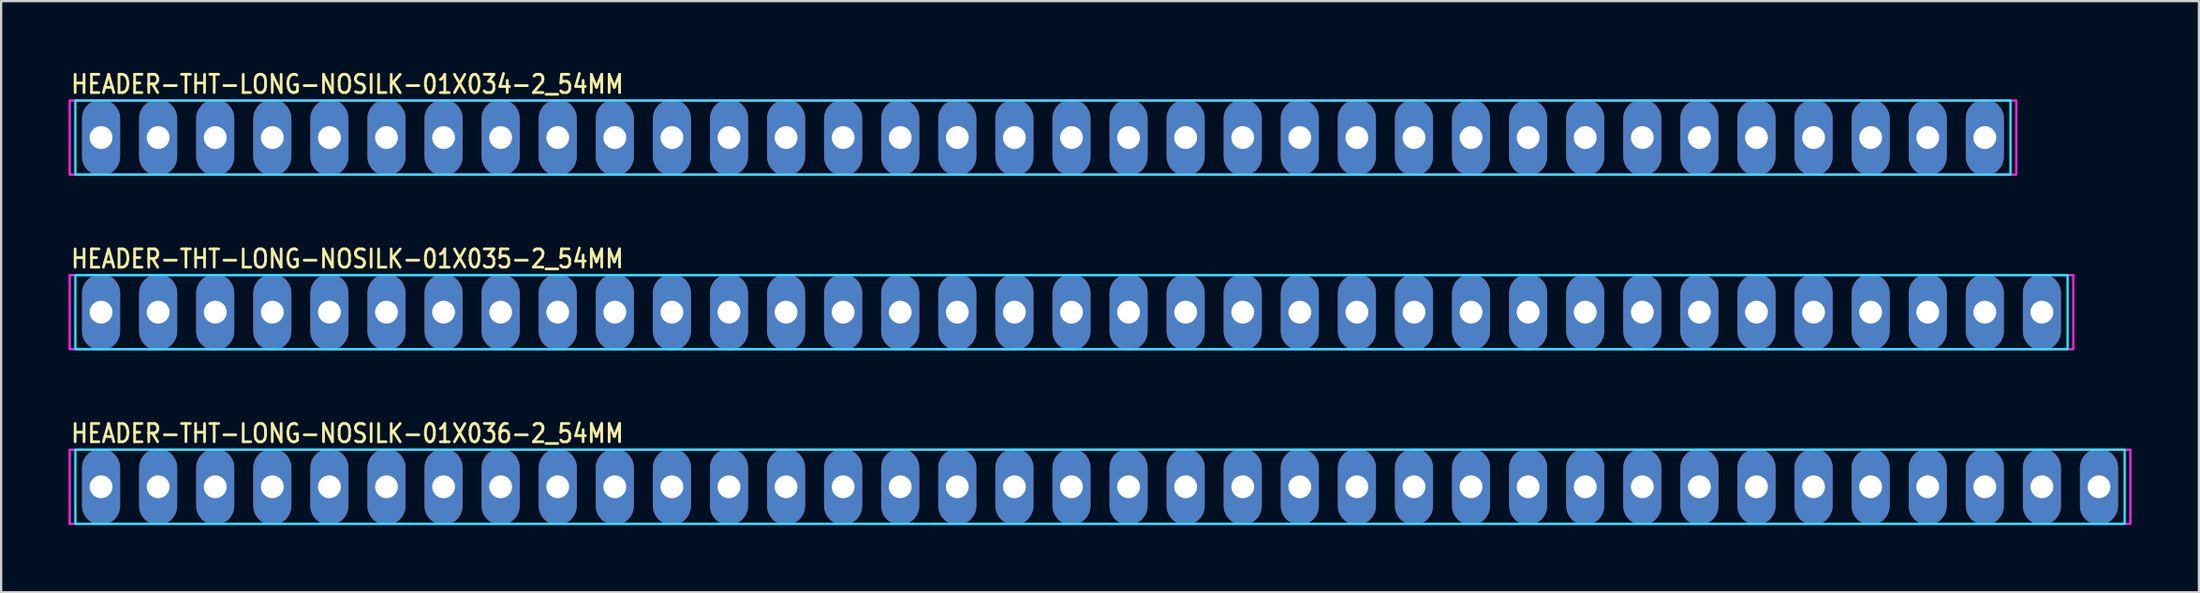
<source format=kicad_pcb>
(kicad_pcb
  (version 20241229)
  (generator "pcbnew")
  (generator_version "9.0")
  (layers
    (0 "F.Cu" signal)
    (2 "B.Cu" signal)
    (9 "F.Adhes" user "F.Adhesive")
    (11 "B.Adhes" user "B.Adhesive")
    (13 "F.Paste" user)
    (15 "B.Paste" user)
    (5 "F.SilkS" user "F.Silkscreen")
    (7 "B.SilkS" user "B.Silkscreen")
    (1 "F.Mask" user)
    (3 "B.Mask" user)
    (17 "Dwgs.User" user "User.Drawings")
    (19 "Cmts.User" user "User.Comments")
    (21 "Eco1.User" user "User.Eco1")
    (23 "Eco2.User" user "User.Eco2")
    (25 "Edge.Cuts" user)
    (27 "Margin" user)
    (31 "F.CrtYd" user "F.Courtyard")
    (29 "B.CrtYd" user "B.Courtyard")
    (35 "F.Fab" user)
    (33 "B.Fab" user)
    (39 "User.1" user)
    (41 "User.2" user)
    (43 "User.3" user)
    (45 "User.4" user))
  (footprint "HEADER-THT-LONG-NOSILK-01X034-2_54MM"
    (layer "F.Cu")
    (at 1.447 3.079)
    (property "Reference" "HEADER-THT-LONG-NOSILK-01X034-2_54MM" (at -1.4 -1.9 0) (unlocked yes) (layer "F.SilkS") (effects (font (size 0.813 0.695) (thickness 0.122)) (justify left bottom)))
    (fp_poly (pts (xy -1.143 -1.651) (xy 84.963 -1.651) (xy 84.963 1.651) (xy -1.143 1.651)) (stroke (width 0.1) (type solid)) (fill no) (layer "B.CrtYd"))
    (fp_poly (pts (xy -1.397 -1.651) (xy 85.217 -1.651) (xy 85.217 1.651) (xy -1.397 1.651)) (stroke (width 0.1) (type solid)) (fill no) (layer "F.CrtYd"))
    (pad "P$1" thru_hole oval (at 0 0 90) (size 3.387 1.693) (drill 1.016) (layers "*.Cu" "*.Mask"))
    (pad "P$2" thru_hole oval (at 2.54 0 90) (size 3.387 1.693) (drill 1.016) (layers "*.Cu" "*.Mask"))
    (pad "P$3" thru_hole oval (at 5.08 0 90) (size 3.387 1.693) (drill 1.016) (layers "*.Cu" "*.Mask"))
    (pad "P$4" thru_hole oval (at 7.62 0 90) (size 3.387 1.693) (drill 1.016) (layers "*.Cu" "*.Mask"))
    (pad "P$5" thru_hole oval (at 10.16 0 90) (size 3.387 1.693) (drill 1.016) (layers "*.Cu" "*.Mask"))
    (pad "P$6" thru_hole oval (at 12.7 0 90) (size 3.387 1.693) (drill 1.016) (layers "*.Cu" "*.Mask"))
    (pad "P$7" thru_hole oval (at 15.24 0 90) (size 3.387 1.693) (drill 1.016) (layers "*.Cu" "*.Mask"))
    (pad "P$8" thru_hole oval (at 17.78 0 90) (size 3.387 1.693) (drill 1.016) (layers "*.Cu" "*.Mask"))
    (pad "P$9" thru_hole oval (at 20.32 0 90) (size 3.387 1.693) (drill 1.016) (layers "*.Cu" "*.Mask"))
    (pad "P$10" thru_hole oval (at 22.86 0 90) (size 3.387 1.693) (drill 1.016) (layers "*.Cu" "*.Mask"))
    (pad "P$11" thru_hole oval (at 25.4 0 90) (size 3.387 1.693) (drill 1.016) (layers "*.Cu" "*.Mask"))
    (pad "P$12" thru_hole oval (at 27.94 0 90) (size 3.387 1.693) (drill 1.016) (layers "*.Cu" "*.Mask"))
    (pad "P$13" thru_hole oval (at 30.48 0 90) (size 3.387 1.693) (drill 1.016) (layers "*.Cu" "*.Mask"))
    (pad "P$14" thru_hole oval (at 33.02 0 90) (size 3.387 1.693) (drill 1.016) (layers "*.Cu" "*.Mask"))
    (pad "P$15" thru_hole oval (at 35.56 0 90) (size 3.387 1.693) (drill 1.016) (layers "*.Cu" "*.Mask"))
    (pad "P$16" thru_hole oval (at 38.1 0 90) (size 3.387 1.693) (drill 1.016) (layers "*.Cu" "*.Mask"))
    (pad "P$17" thru_hole oval (at 40.64 0 90) (size 3.387 1.693) (drill 1.016) (layers "*.Cu" "*.Mask"))
    (pad "P$18" thru_hole oval (at 43.18 0 90) (size 3.387 1.693) (drill 1.016) (layers "*.Cu" "*.Mask"))
    (pad "P$19" thru_hole oval (at 45.72 0 90) (size 3.387 1.693) (drill 1.016) (layers "*.Cu" "*.Mask"))
    (pad "P$20" thru_hole oval (at 48.26 0 90) (size 3.387 1.693) (drill 1.016) (layers "*.Cu" "*.Mask"))
    (pad "P$21" thru_hole oval (at 50.8 0 90) (size 3.387 1.693) (drill 1.016) (layers "*.Cu" "*.Mask"))
    (pad "P$22" thru_hole oval (at 53.34 0 90) (size 3.387 1.693) (drill 1.016) (layers "*.Cu" "*.Mask"))
    (pad "P$23" thru_hole oval (at 55.88 0 90) (size 3.387 1.693) (drill 1.016) (layers "*.Cu" "*.Mask"))
    (pad "P$24" thru_hole oval (at 58.42 0 90) (size 3.387 1.693) (drill 1.016) (layers "*.Cu" "*.Mask"))
    (pad "P$25" thru_hole oval (at 60.96 0 90) (size 3.387 1.693) (drill 1.016) (layers "*.Cu" "*.Mask"))
    (pad "P$26" thru_hole oval (at 63.5 0 90) (size 3.387 1.693) (drill 1.016) (layers "*.Cu" "*.Mask"))
    (pad "P$27" thru_hole oval (at 66.04 0 90) (size 3.387 1.693) (drill 1.016) (layers "*.Cu" "*.Mask"))
    (pad "P$28" thru_hole oval (at 68.58 0 90) (size 3.387 1.693) (drill 1.016) (layers "*.Cu" "*.Mask"))
    (pad "P$29" thru_hole oval (at 71.12 0 90) (size 3.387 1.693) (drill 1.016) (layers "*.Cu" "*.Mask"))
    (pad "P$30" thru_hole oval (at 73.66 0 90) (size 3.387 1.693) (drill 1.016) (layers "*.Cu" "*.Mask"))
    (pad "P$31" thru_hole oval (at 76.2 0 90) (size 3.387 1.693) (drill 1.016) (layers "*.Cu" "*.Mask"))
    (pad "P$32" thru_hole oval (at 78.74 0 90) (size 3.387 1.693) (drill 1.016) (layers "*.Cu" "*.Mask"))
    (pad "P$33" thru_hole oval (at 81.28 0 90) (size 3.387 1.693) (drill 1.016) (layers "*.Cu" "*.Mask"))
    (pad "P$34" thru_hole oval (at 83.82 0 90) (size 3.387 1.693) (drill 1.016) (layers "*.Cu" "*.Mask")))
  (footprint "HEADER-THT-LONG-NOSILK-01X035-2_54MM"
    (layer "F.Cu")
    (at 1.447 10.858)
    (property "Reference" "HEADER-THT-LONG-NOSILK-01X035-2_54MM" (at -1.4 -1.9 0) (unlocked yes) (layer "F.SilkS") (effects (font (size 0.813 0.695) (thickness 0.122)) (justify left bottom)))
    (fp_poly (pts (xy -1.143 -1.651) (xy 87.503 -1.651) (xy 87.503 1.651) (xy -1.143 1.651)) (stroke (width 0.1) (type solid)) (fill no) (layer "B.CrtYd"))
    (fp_poly (pts (xy -1.397 -1.651) (xy 87.757 -1.651) (xy 87.757 1.651) (xy -1.397 1.651)) (stroke (width 0.1) (type solid)) (fill no) (layer "F.CrtYd"))
    (pad "P$1" thru_hole oval (at 0 0 90) (size 3.387 1.693) (drill 1.016) (layers "*.Cu" "*.Mask"))
    (pad "P$2" thru_hole oval (at 2.54 0 90) (size 3.387 1.693) (drill 1.016) (layers "*.Cu" "*.Mask"))
    (pad "P$3" thru_hole oval (at 5.08 0 90) (size 3.387 1.693) (drill 1.016) (layers "*.Cu" "*.Mask"))
    (pad "P$4" thru_hole oval (at 7.62 0 90) (size 3.387 1.693) (drill 1.016) (layers "*.Cu" "*.Mask"))
    (pad "P$5" thru_hole oval (at 10.16 0 90) (size 3.387 1.693) (drill 1.016) (layers "*.Cu" "*.Mask"))
    (pad "P$6" thru_hole oval (at 12.7 0 90) (size 3.387 1.693) (drill 1.016) (layers "*.Cu" "*.Mask"))
    (pad "P$7" thru_hole oval (at 15.24 0 90) (size 3.387 1.693) (drill 1.016) (layers "*.Cu" "*.Mask"))
    (pad "P$8" thru_hole oval (at 17.78 0 90) (size 3.387 1.693) (drill 1.016) (layers "*.Cu" "*.Mask"))
    (pad "P$9" thru_hole oval (at 20.32 0 90) (size 3.387 1.693) (drill 1.016) (layers "*.Cu" "*.Mask"))
    (pad "P$10" thru_hole oval (at 22.86 0 90) (size 3.387 1.693) (drill 1.016) (layers "*.Cu" "*.Mask"))
    (pad "P$11" thru_hole oval (at 25.4 0 90) (size 3.387 1.693) (drill 1.016) (layers "*.Cu" "*.Mask"))
    (pad "P$12" thru_hole oval (at 27.94 0 90) (size 3.387 1.693) (drill 1.016) (layers "*.Cu" "*.Mask"))
    (pad "P$13" thru_hole oval (at 30.48 0 90) (size 3.387 1.693) (drill 1.016) (layers "*.Cu" "*.Mask"))
    (pad "P$14" thru_hole oval (at 33.02 0 90) (size 3.387 1.693) (drill 1.016) (layers "*.Cu" "*.Mask"))
    (pad "P$15" thru_hole oval (at 35.56 0 90) (size 3.387 1.693) (drill 1.016) (layers "*.Cu" "*.Mask"))
    (pad "P$16" thru_hole oval (at 38.1 0 90) (size 3.387 1.693) (drill 1.016) (layers "*.Cu" "*.Mask"))
    (pad "P$17" thru_hole oval (at 40.64 0 90) (size 3.387 1.693) (drill 1.016) (layers "*.Cu" "*.Mask"))
    (pad "P$18" thru_hole oval (at 43.18 0 90) (size 3.387 1.693) (drill 1.016) (layers "*.Cu" "*.Mask"))
    (pad "P$19" thru_hole oval (at 45.72 0 90) (size 3.387 1.693) (drill 1.016) (layers "*.Cu" "*.Mask"))
    (pad "P$20" thru_hole oval (at 48.26 0 90) (size 3.387 1.693) (drill 1.016) (layers "*.Cu" "*.Mask"))
    (pad "P$21" thru_hole oval (at 50.8 0 90) (size 3.387 1.693) (drill 1.016) (layers "*.Cu" "*.Mask"))
    (pad "P$22" thru_hole oval (at 53.34 0 90) (size 3.387 1.693) (drill 1.016) (layers "*.Cu" "*.Mask"))
    (pad "P$23" thru_hole oval (at 55.88 0 90) (size 3.387 1.693) (drill 1.016) (layers "*.Cu" "*.Mask"))
    (pad "P$24" thru_hole oval (at 58.42 0 90) (size 3.387 1.693) (drill 1.016) (layers "*.Cu" "*.Mask"))
    (pad "P$25" thru_hole oval (at 60.96 0 90) (size 3.387 1.693) (drill 1.016) (layers "*.Cu" "*.Mask"))
    (pad "P$26" thru_hole oval (at 63.5 0 90) (size 3.387 1.693) (drill 1.016) (layers "*.Cu" "*.Mask"))
    (pad "P$27" thru_hole oval (at 66.04 0 90) (size 3.387 1.693) (drill 1.016) (layers "*.Cu" "*.Mask"))
    (pad "P$28" thru_hole oval (at 68.58 0 90) (size 3.387 1.693) (drill 1.016) (layers "*.Cu" "*.Mask"))
    (pad "P$29" thru_hole oval (at 71.12 0 90) (size 3.387 1.693) (drill 1.016) (layers "*.Cu" "*.Mask"))
    (pad "P$30" thru_hole oval (at 73.66 0 90) (size 3.387 1.693) (drill 1.016) (layers "*.Cu" "*.Mask"))
    (pad "P$31" thru_hole oval (at 76.2 0 90) (size 3.387 1.693) (drill 1.016) (layers "*.Cu" "*.Mask"))
    (pad "P$32" thru_hole oval (at 78.74 0 90) (size 3.387 1.693) (drill 1.016) (layers "*.Cu" "*.Mask"))
    (pad "P$33" thru_hole oval (at 81.28 0 90) (size 3.387 1.693) (drill 1.016) (layers "*.Cu" "*.Mask"))
    (pad "P$34" thru_hole oval (at 83.82 0 90) (size 3.387 1.693) (drill 1.016) (layers "*.Cu" "*.Mask"))
    (pad "P$35" thru_hole oval (at 86.36 0 90) (size 3.387 1.693) (drill 1.016) (layers "*.Cu" "*.Mask")))
  (footprint "HEADER-THT-LONG-NOSILK-01X036-2_54MM"
    (layer "F.Cu")
    (at 1.447 18.638)
    (property "Reference" "HEADER-THT-LONG-NOSILK-01X036-2_54MM" (at -1.4 -1.9 0) (unlocked yes) (layer "F.SilkS") (effects (font (size 0.813 0.695) (thickness 0.122)) (justify left bottom)))
    (fp_poly (pts (xy -1.143 -1.651) (xy 90.043 -1.651) (xy 90.043 1.651) (xy -1.143 1.651)) (stroke (width 0.1) (type solid)) (fill no) (layer "B.CrtYd"))
    (fp_poly (pts (xy -1.397 -1.651) (xy 90.297 -1.651) (xy 90.297 1.651) (xy -1.397 1.651)) (stroke (width 0.1) (type solid)) (fill no) (layer "F.CrtYd"))
    (pad "P$1" thru_hole oval (at 0 0 90) (size 3.387 1.693) (drill 1.016) (layers "*.Cu" "*.Mask"))
    (pad "P$2" thru_hole oval (at 2.54 0 90) (size 3.387 1.693) (drill 1.016) (layers "*.Cu" "*.Mask"))
    (pad "P$3" thru_hole oval (at 5.08 0 90) (size 3.387 1.693) (drill 1.016) (layers "*.Cu" "*.Mask"))
    (pad "P$4" thru_hole oval (at 7.62 0 90) (size 3.387 1.693) (drill 1.016) (layers "*.Cu" "*.Mask"))
    (pad "P$5" thru_hole oval (at 10.16 0 90) (size 3.387 1.693) (drill 1.016) (layers "*.Cu" "*.Mask"))
    (pad "P$6" thru_hole oval (at 12.7 0 90) (size 3.387 1.693) (drill 1.016) (layers "*.Cu" "*.Mask"))
    (pad "P$7" thru_hole oval (at 15.24 0 90) (size 3.387 1.693) (drill 1.016) (layers "*.Cu" "*.Mask"))
    (pad "P$8" thru_hole oval (at 17.78 0 90) (size 3.387 1.693) (drill 1.016) (layers "*.Cu" "*.Mask"))
    (pad "P$9" thru_hole oval (at 20.32 0 90) (size 3.387 1.693) (drill 1.016) (layers "*.Cu" "*.Mask"))
    (pad "P$10" thru_hole oval (at 22.86 0 90) (size 3.387 1.693) (drill 1.016) (layers "*.Cu" "*.Mask"))
    (pad "P$11" thru_hole oval (at 25.4 0 90) (size 3.387 1.693) (drill 1.016) (layers "*.Cu" "*.Mask"))
    (pad "P$12" thru_hole oval (at 27.94 0 90) (size 3.387 1.693) (drill 1.016) (layers "*.Cu" "*.Mask"))
    (pad "P$13" thru_hole oval (at 30.48 0 90) (size 3.387 1.693) (drill 1.016) (layers "*.Cu" "*.Mask"))
    (pad "P$14" thru_hole oval (at 33.02 0 90) (size 3.387 1.693) (drill 1.016) (layers "*.Cu" "*.Mask"))
    (pad "P$15" thru_hole oval (at 35.56 0 90) (size 3.387 1.693) (drill 1.016) (layers "*.Cu" "*.Mask"))
    (pad "P$16" thru_hole oval (at 38.1 0 90) (size 3.387 1.693) (drill 1.016) (layers "*.Cu" "*.Mask"))
    (pad "P$17" thru_hole oval (at 40.64 0 90) (size 3.387 1.693) (drill 1.016) (layers "*.Cu" "*.Mask"))
    (pad "P$18" thru_hole oval (at 43.18 0 90) (size 3.387 1.693) (drill 1.016) (layers "*.Cu" "*.Mask"))
    (pad "P$19" thru_hole oval (at 45.72 0 90) (size 3.387 1.693) (drill 1.016) (layers "*.Cu" "*.Mask"))
    (pad "P$20" thru_hole oval (at 48.26 0 90) (size 3.387 1.693) (drill 1.016) (layers "*.Cu" "*.Mask"))
    (pad "P$21" thru_hole oval (at 50.8 0 90) (size 3.387 1.693) (drill 1.016) (layers "*.Cu" "*.Mask"))
    (pad "P$22" thru_hole oval (at 53.34 0 90) (size 3.387 1.693) (drill 1.016) (layers "*.Cu" "*.Mask"))
    (pad "P$23" thru_hole oval (at 55.88 0 90) (size 3.387 1.693) (drill 1.016) (layers "*.Cu" "*.Mask"))
    (pad "P$24" thru_hole oval (at 58.42 0 90) (size 3.387 1.693) (drill 1.016) (layers "*.Cu" "*.Mask"))
    (pad "P$25" thru_hole oval (at 60.96 0 90) (size 3.387 1.693) (drill 1.016) (layers "*.Cu" "*.Mask"))
    (pad "P$26" thru_hole oval (at 63.5 0 90) (size 3.387 1.693) (drill 1.016) (layers "*.Cu" "*.Mask"))
    (pad "P$27" thru_hole oval (at 66.04 0 90) (size 3.387 1.693) (drill 1.016) (layers "*.Cu" "*.Mask"))
    (pad "P$28" thru_hole oval (at 68.58 0 90) (size 3.387 1.693) (drill 1.016) (layers "*.Cu" "*.Mask"))
    (pad "P$29" thru_hole oval (at 71.12 0 90) (size 3.387 1.693) (drill 1.016) (layers "*.Cu" "*.Mask"))
    (pad "P$30" thru_hole oval (at 73.66 0 90) (size 3.387 1.693) (drill 1.016) (layers "*.Cu" "*.Mask"))
    (pad "P$31" thru_hole oval (at 76.2 0 90) (size 3.387 1.693) (drill 1.016) (layers "*.Cu" "*.Mask"))
    (pad "P$32" thru_hole oval (at 78.74 0 90) (size 3.387 1.693) (drill 1.016) (layers "*.Cu" "*.Mask"))
    (pad "P$33" thru_hole oval (at 81.28 0 90) (size 3.387 1.693) (drill 1.016) (layers "*.Cu" "*.Mask"))
    (pad "P$34" thru_hole oval (at 83.82 0 90) (size 3.387 1.693) (drill 1.016) (layers "*.Cu" "*.Mask"))
    (pad "P$35" thru_hole oval (at 86.36 0 90) (size 3.387 1.693) (drill 1.016) (layers "*.Cu" "*.Mask"))
    (pad "P$36" thru_hole oval (at 88.9 0 90) (size 3.387 1.693) (drill 1.016) (layers "*.Cu" "*.Mask")))
  (gr_rect
    (start -3 -3)
    (end 94.794 23.339)
    (stroke (width 0.1) (type default))
    (fill no)
    (layer "Edge.Cuts")))
</source>
